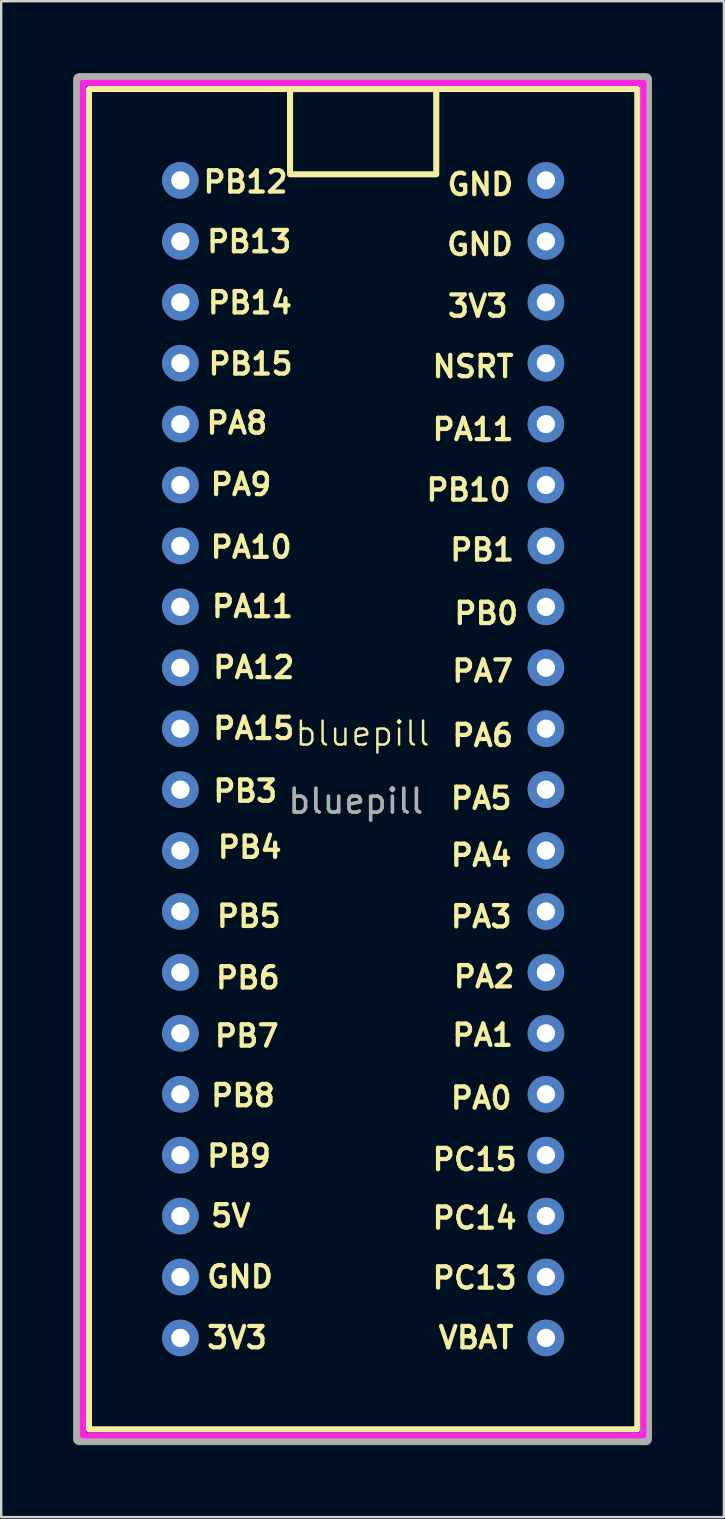
<source format=kicad_pcb>
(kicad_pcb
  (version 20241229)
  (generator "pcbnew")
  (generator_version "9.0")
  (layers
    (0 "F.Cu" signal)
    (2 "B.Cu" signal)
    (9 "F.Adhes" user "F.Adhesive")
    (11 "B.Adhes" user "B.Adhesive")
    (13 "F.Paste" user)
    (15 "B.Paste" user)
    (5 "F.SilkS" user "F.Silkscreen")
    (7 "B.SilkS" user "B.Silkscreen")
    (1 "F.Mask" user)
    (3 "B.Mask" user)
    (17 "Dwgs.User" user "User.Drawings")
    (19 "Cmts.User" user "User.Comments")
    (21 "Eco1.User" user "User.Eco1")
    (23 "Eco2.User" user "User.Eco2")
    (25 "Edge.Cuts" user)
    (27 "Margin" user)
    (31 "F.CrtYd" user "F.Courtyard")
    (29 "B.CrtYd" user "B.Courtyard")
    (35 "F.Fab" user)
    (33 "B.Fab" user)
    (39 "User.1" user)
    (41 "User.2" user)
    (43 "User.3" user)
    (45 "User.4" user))
  (footprint "bluepill"
    (layer "F.Cu")
    (at 4.47 4.47)
    (property "Reference" "bluepill" (at 7.595 23.063 0) (unlocked yes) (layer "F.SilkS") (effects (font (size 1 1) (thickness 0.1))))
    (attr through_hole)
    (fp_rect (start -3.81 -3.81) (end 19.05 52.07) (stroke (width 0.254) (type default)) (fill no) (layer "F.SilkS"))
    (fp_rect (start 4.572 -3.81) (end 10.668 -0.254) (stroke (width 0.254) (type default)) (fill no) (layer "F.SilkS"))
    (fp_rect (start -4.064 -4.064) (end 19.304 52.324) (stroke (width 0.254) (type default)) (fill no) (layer "F.CrtYd"))
    (fp_rect (start -4.216 -4.216) (end 19.406 52.476) (stroke (width 0.508) (type default)) (fill no) (layer "F.Fab"))
    (fp_text user "PA0" (at 11.176 38.781 0) (unlocked yes) (layer "F.SilkS") (effects (font (size 0.889 0.889) (thickness 0.178) (bold yes)) (justify left bottom)))
    (fp_text user "PB4" (at 1.462 28.322 0) (unlocked yes) (layer "F.SilkS") (effects (font (size 0.889 0.889) (thickness 0.178) (bold yes)) (justify left bottom)))
    (fp_text user "PA12" (at 1.27 20.828 0) (unlocked yes) (layer "F.SilkS") (effects (font (size 0.889 0.889) (thickness 0.178) (bold yes)) (justify left bottom)))
    (fp_text user "GND" (at 1.016 46.228 0) (unlocked yes) (layer "F.SilkS") (effects (font (size 0.889 0.889) (thickness 0.178) (bold yes)) (justify left bottom)))
    (fp_text user "PB7" (at 1.339 36.191 0) (unlocked yes) (layer "F.SilkS") (effects (font (size 0.889 0.889) (thickness 0.178) (bold yes)) (justify left bottom)))
    (fp_text user "PC15" (at 10.414 41.342 0) (unlocked yes) (layer "F.SilkS") (effects (font (size 0.889 0.889) (thickness 0.178) (bold yes)) (justify left bottom)))
    (fp_text user "PA6" (at 11.237 23.662 0) (unlocked yes) (layer "F.SilkS") (effects (font (size 0.889 0.889) (thickness 0.178) (bold yes)) (justify left bottom)))
    (fp_text user "PA11" (at 1.218 18.288 0) (unlocked yes) (layer "F.SilkS") (effects (font (size 0.889 0.889) (thickness 0.178) (bold yes)) (justify left bottom)))
    (fp_text user "3V3" (at 11.053 5.761 0) (unlocked yes) (layer "F.SilkS") (effects (font (size 0.889 0.889) (thickness 0.178) (bold yes)) (justify left bottom)))
    (fp_text user "PA15" (at 1.27 23.368 0) (unlocked yes) (layer "F.SilkS") (effects (font (size 0.889 0.889) (thickness 0.178) (bold yes)) (justify left bottom)))
    (fp_text user "PB9" (at 1.016 41.202 0) (unlocked yes) (layer "F.SilkS") (effects (font (size 0.889 0.889) (thickness 0.178) (bold yes)) (justify left bottom)))
    (fp_text user "GND" (at 11.036 0.69 0) (unlocked yes) (layer "F.SilkS") (effects (font (size 0.889 0.889) (thickness 0.178) (bold yes)) (justify left bottom)))
    (fp_text user "PB8" (at 1.181 38.677 0) (unlocked yes) (layer "F.SilkS") (effects (font (size 0.889 0.889) (thickness 0.178) (bold yes)) (justify left bottom)))
    (fp_text user "PA7" (at 11.237 20.979 0) (unlocked yes) (layer "F.SilkS") (effects (font (size 0.889 0.889) (thickness 0.178) (bold yes)) (justify left bottom)))
    (fp_text user "PB14" (at 1.045 5.623 0) (unlocked yes) (layer "F.SilkS") (effects (font (size 0.889 0.889) (thickness 0.178) (bold yes)) (justify left bottom)))
    (fp_text user "PA9" (at 1.161 13.199 0) (unlocked yes) (layer "F.SilkS") (effects (font (size 0.889 0.889) (thickness 0.178) (bold yes)) (justify left bottom)))
    (fp_text user "PB13" (at 1.016 3.073 0) (unlocked yes) (layer "F.SilkS") (effects (font (size 0.889 0.889) (thickness 0.178) (bold yes)) (justify left bottom)))
    (fp_text user "PC14" (at 10.414 43.782 0) (unlocked yes) (layer "F.SilkS") (effects (font (size 0.889 0.889) (thickness 0.178) (bold yes)) (justify left bottom)))
    (fp_text user "PA4" (at 11.176 28.661 0) (unlocked yes) (layer "F.SilkS") (effects (font (size 0.889 0.889) (thickness 0.178) (bold yes)) (justify left bottom)))
    (fp_text user "PA1" (at 11.237 36.159 0) (unlocked yes) (layer "F.SilkS") (effects (font (size 0.889 0.889) (thickness 0.178) (bold yes)) (justify left bottom)))
    (fp_text user "PB10" (at 10.16 13.428 0) (unlocked yes) (layer "F.SilkS") (effects (font (size 0.889 0.889) (thickness 0.178) (bold yes)) (justify left bottom)))
    (fp_text user "PA11" (at 10.414 10.905 0) (unlocked yes) (layer "F.SilkS") (effects (font (size 0.889 0.889) (thickness 0.178) (bold yes)) (justify left bottom)))
    (fp_text user "PA8" (at 0.991 10.637 0) (unlocked yes) (layer "F.SilkS") (effects (font (size 0.889 0.889) (thickness 0.178) (bold yes)) (justify left bottom)))
    (fp_text user "PB6" (at 1.383 33.766 0) (unlocked yes) (layer "F.SilkS") (effects (font (size 0.889 0.889) (thickness 0.178) (bold yes)) (justify left bottom)))
    (fp_text user "PB0" (at 11.323 18.573 0) (unlocked yes) (layer "F.SilkS") (effects (font (size 0.889 0.889) (thickness 0.178) (bold yes)) (justify left bottom)))
    (fp_text user "NSRT" (at 10.414 8.283 0) (unlocked yes) (layer "F.SilkS") (effects (font (size 0.889 0.889) (thickness 0.178) (bold yes)) (justify left bottom)))
    (fp_text user "3V3" (at 1.016 48.768 0) (unlocked yes) (layer "F.SilkS") (effects (font (size 0.889 0.889) (thickness 0.178) (bold yes)) (justify left bottom)))
    (fp_text user "PB1" (at 11.152 15.927 0) (unlocked yes) (layer "F.SilkS") (effects (font (size 0.889 0.889) (thickness 0.178) (bold yes)) (justify left bottom)))
    (fp_text user "5V" (at 1.181 43.688 0) (unlocked yes) (layer "F.SilkS") (effects (font (size 0.889 0.889) (thickness 0.178) (bold yes)) (justify left bottom)))
    (fp_text user "PA2" (at 11.298 33.721 0) (unlocked yes) (layer "F.SilkS") (effects (font (size 0.889 0.889) (thickness 0.178) (bold yes)) (justify left bottom)))
    (fp_text user "PA5" (at 11.176 26.283 0) (unlocked yes) (layer "F.SilkS") (effects (font (size 0.889 0.889) (thickness 0.178) (bold yes)) (justify left bottom)))
    (fp_text user "PA10" (at 1.161 15.813 0) (unlocked yes) (layer "F.SilkS") (effects (font (size 0.889 0.889) (thickness 0.178) (bold yes)) (justify left bottom)))
    (fp_text user "GND" (at 11.019 3.191 0) (unlocked yes) (layer "F.SilkS") (effects (font (size 0.889 0.889) (thickness 0.178) (bold yes)) (justify left bottom)))
    (fp_text user "PB5" (at 1.423 31.202 0) (unlocked yes) (layer "F.SilkS") (effects (font (size 0.889 0.889) (thickness 0.178) (bold yes)) (justify left bottom)))
    (fp_text user "PB3" (at 1.275 25.982 0) (unlocked yes) (layer "F.SilkS") (effects (font (size 0.889 0.889) (thickness 0.178) (bold yes)) (justify left bottom)))
    (fp_text user "VBAT" (at 10.668 48.768 0) (unlocked yes) (layer "F.SilkS") (effects (font (size 0.889 0.889) (thickness 0.178) (bold yes)) (justify left bottom)))
    (fp_text user "PC13" (at 10.414 46.281 0) (unlocked yes) (layer "F.SilkS") (effects (font (size 0.889 0.889) (thickness 0.178) (bold yes)) (justify left bottom)))
    (fp_text user "PB15" (at 1.073 8.172 0) (unlocked yes) (layer "F.SilkS") (effects (font (size 0.889 0.889) (thickness 0.178) (bold yes)) (justify left bottom)))
    (fp_text user "PB12" (at 0.864 0.584 0) (unlocked yes) (layer "F.SilkS") (effects (font (size 0.889 0.889) (thickness 0.178) (bold yes)) (justify left bottom)))
    (fp_text user "PA3" (at 11.176 31.221 0) (unlocked yes) (layer "F.SilkS") (effects (font (size 0.889 0.889) (thickness 0.178) (bold yes)) (justify left bottom)))
    (fp_text user "${REFERENCE}" (at 7.315 25.883 0) (unlocked yes) (layer "F.Fab") (effects (font (size 1 1) (thickness 0.15))))
    (pad "1" thru_hole circle (at 0 0) (size 1.524 1.524) (drill 0.762) (layers "*.Cu" "*.Mask"))
    (pad "2" thru_hole circle (at 0 2.54) (size 1.524 1.524) (drill 0.762) (layers "*.Cu" "*.Mask"))
    (pad "3" thru_hole circle (at 0 5.08) (size 1.524 1.524) (drill 0.762) (layers "*.Cu" "*.Mask"))
    (pad "4" thru_hole circle (at 0 7.62) (size 1.524 1.524) (drill 0.762) (layers "*.Cu" "*.Mask"))
    (pad "5" thru_hole circle (at 0 10.16) (size 1.524 1.524) (drill 0.762) (layers "*.Cu" "*.Mask"))
    (pad "6" thru_hole circle (at 0 12.7) (size 1.524 1.524) (drill 0.762) (layers "*.Cu" "*.Mask"))
    (pad "7" thru_hole circle (at 0 15.24) (size 1.524 1.524) (drill 0.762) (layers "*.Cu" "*.Mask"))
    (pad "8" thru_hole circle (at 0 17.78) (size 1.524 1.524) (drill 0.762) (layers "*.Cu" "*.Mask"))
    (pad "9" thru_hole circle (at 0 20.32) (size 1.524 1.524) (drill 0.762) (layers "*.Cu" "*.Mask"))
    (pad "10" thru_hole circle (at 0 22.86) (size 1.524 1.524) (drill 0.762) (layers "*.Cu" "*.Mask"))
    (pad "11" thru_hole circle (at 0 25.4) (size 1.524 1.524) (drill 0.762) (layers "*.Cu" "*.Mask"))
    (pad "12" thru_hole circle (at 0 27.94) (size 1.524 1.524) (drill 0.762) (layers "*.Cu" "*.Mask"))
    (pad "13" thru_hole circle (at 0 30.48) (size 1.524 1.524) (drill 0.762) (layers "*.Cu" "*.Mask"))
    (pad "14" thru_hole circle (at 0 33.02) (size 1.524 1.524) (drill 0.762) (layers "*.Cu" "*.Mask"))
    (pad "15" thru_hole circle (at 0 35.56) (size 1.524 1.524) (drill 0.762) (layers "*.Cu" "*.Mask"))
    (pad "16" thru_hole circle (at 0 38.1) (size 1.524 1.524) (drill 0.762) (layers "*.Cu" "*.Mask"))
    (pad "17" thru_hole circle (at 0 40.64) (size 1.524 1.524) (drill 0.762) (layers "*.Cu" "*.Mask"))
    (pad "18" thru_hole circle (at 0 43.18) (size 1.524 1.524) (drill 0.762) (layers "*.Cu" "*.Mask"))
    (pad "19" thru_hole circle (at 0 45.72) (size 1.524 1.524) (drill 0.762) (layers "*.Cu" "*.Mask"))
    (pad "20" thru_hole circle (at 0 48.26) (size 1.524 1.524) (drill 0.762) (layers "*.Cu" "*.Mask"))
    (pad "21" thru_hole circle (at 15.24 48.26) (size 1.524 1.524) (drill 0.762) (layers "*.Cu" "*.Mask"))
    (pad "22" thru_hole circle (at 15.24 45.72) (size 1.524 1.524) (drill 0.762) (layers "*.Cu" "*.Mask"))
    (pad "23" thru_hole circle (at 15.24 43.18) (size 1.524 1.524) (drill 0.762) (layers "*.Cu" "*.Mask"))
    (pad "24" thru_hole circle (at 15.24 40.64) (size 1.524 1.524) (drill 0.762) (layers "*.Cu" "*.Mask"))
    (pad "25" thru_hole circle (at 15.24 38.1) (size 1.524 1.524) (drill 0.762) (layers "*.Cu" "*.Mask"))
    (pad "26" thru_hole circle (at 15.24 35.56) (size 1.524 1.524) (drill 0.762) (layers "*.Cu" "*.Mask"))
    (pad "27" thru_hole circle (at 15.24 33.02) (size 1.524 1.524) (drill 0.762) (layers "*.Cu" "*.Mask"))
    (pad "28" thru_hole circle (at 15.24 30.48) (size 1.524 1.524) (drill 0.762) (layers "*.Cu" "*.Mask"))
    (pad "29" thru_hole circle (at 15.24 27.94) (size 1.524 1.524) (drill 0.762) (layers "*.Cu" "*.Mask"))
    (pad "30" thru_hole circle (at 15.24 25.4) (size 1.524 1.524) (drill 0.762) (layers "*.Cu" "*.Mask"))
    (pad "31" thru_hole circle (at 15.24 22.86) (size 1.524 1.524) (drill 0.762) (layers "*.Cu" "*.Mask"))
    (pad "32" thru_hole circle (at 15.24 20.32) (size 1.524 1.524) (drill 0.762) (layers "*.Cu" "*.Mask"))
    (pad "33" thru_hole circle (at 15.24 17.78) (size 1.524 1.524) (drill 0.762) (layers "*.Cu" "*.Mask"))
    (pad "34" thru_hole circle (at 15.24 15.24) (size 1.524 1.524) (drill 0.762) (layers "*.Cu" "*.Mask"))
    (pad "35" thru_hole circle (at 15.24 12.7) (size 1.524 1.524) (drill 0.762) (layers "*.Cu" "*.Mask"))
    (pad "36" thru_hole circle (at 15.24 10.16) (size 1.524 1.524) (drill 0.762) (layers "*.Cu" "*.Mask"))
    (pad "37" thru_hole circle (at 15.24 7.62) (size 1.524 1.524) (drill 0.762) (layers "*.Cu" "*.Mask"))
    (pad "38" thru_hole circle (at 15.24 5.08) (size 1.524 1.524) (drill 0.762) (layers "*.Cu" "*.Mask"))
    (pad "39" thru_hole circle (at 15.24 2.54) (size 1.524 1.524) (drill 0.762) (layers "*.Cu" "*.Mask"))
    (pad "40" thru_hole circle (at 15.24 0) (size 1.524 1.524) (drill 0.762) (layers "*.Cu" "*.Mask")))
  (gr_rect
    (start -3 -3)
    (end 27.13 60.201)
    (stroke (width 0.1) (type default))
    (fill no)
    (layer "Edge.Cuts")))
</source>
